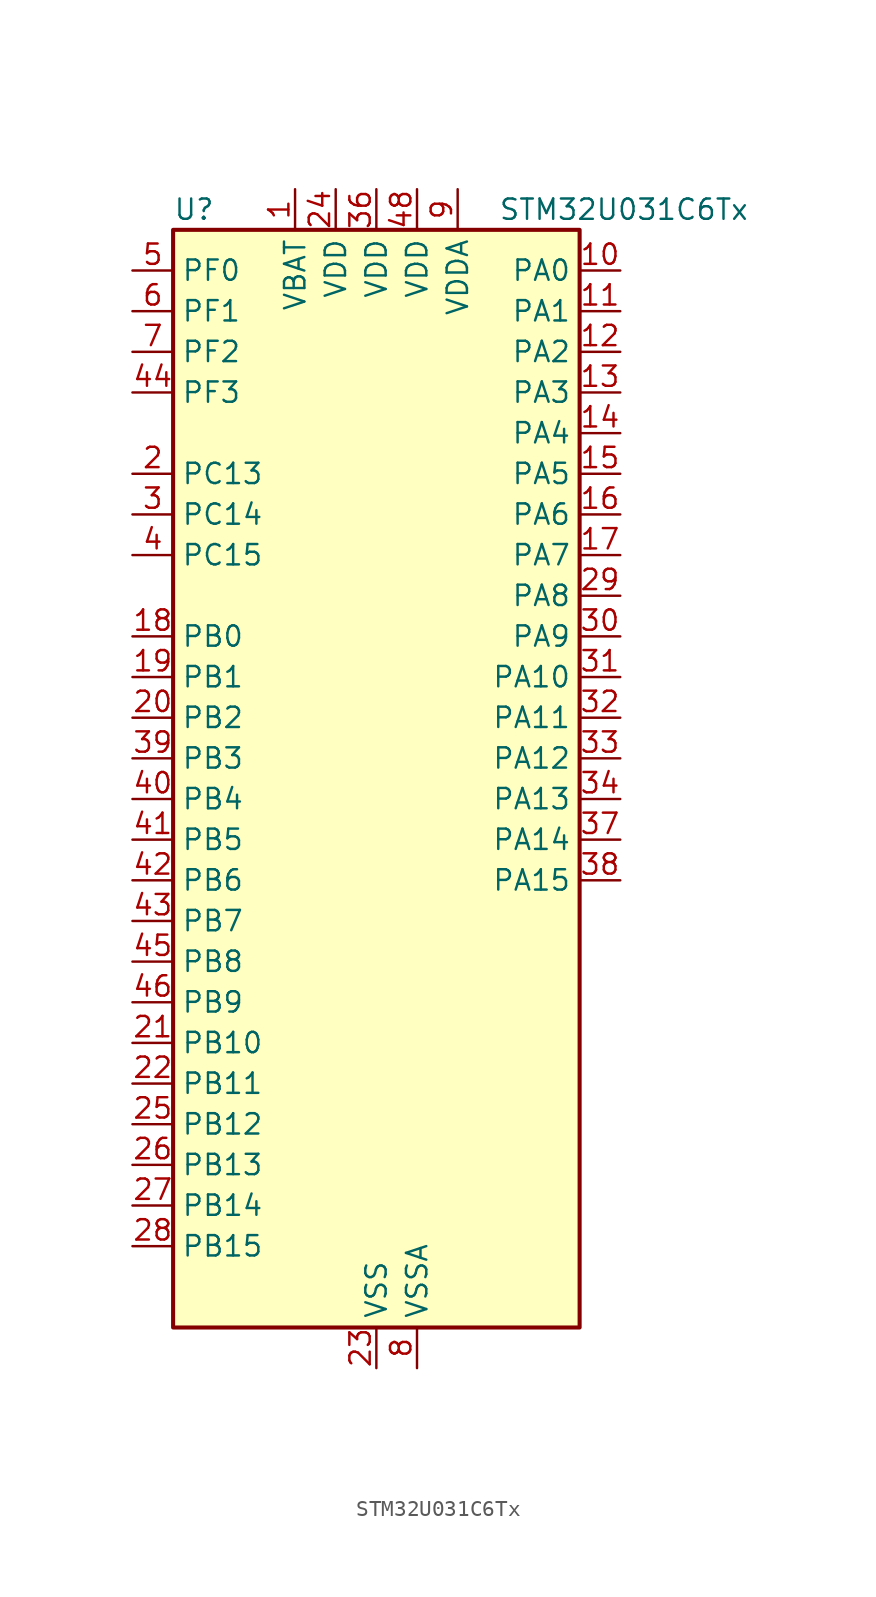
<source format=kicad_sym>
(kicad_symbol_lib
  (version 20231120)
  (generator "kicad_symbol_editor")
  (generator_version "8.99")
  (symbol "STM32U031C6Tx"
    (property "Reference" "U"
      (at -12.7 36.83 0)
      (effects (font (size 1.27 1.27)) (justify left)))
    (property "Value" "STM32U031C6Tx"
      (at 7.62 36.83 0)
      (effects (font (size 1.27 1.27)) (justify left)))
    (property "ki_locked" ""
      (at 0 0 0)
      (effects (font (size 1.27 1.27))))
    (symbol "STM32U031C6Tx_0_1"
      (rectangle (start -12.7 -33.02) (end 12.7 35.56) (stroke (width 0.254) (type default)) (fill (type background))))
    (symbol "STM32U031C6Tx_1_1"
      (pin power_in line (at -5.08 38.1 270) (length 2.54) (name "VBAT" (effects (font (size 1.27 1.27)))) (number "1" (effects (font (size 1.27 1.27)))))
      (pin bidirectional line (at 15.24 33.02 180) (length 2.54) (name "PA0" (effects (font (size 1.27 1.27)))) (number "10" (effects (font (size 1.27 1.27)))) (alternate "ADC1_IN4" bidirectional line) (alternate "COMP1_INM" bidirectional line) (alternate "COMP1_OUT" bidirectional line) (alternate "OPAMP1_VINP" bidirectional line) (alternate "PWR_WKUP1" bidirectional line) (alternate "TAMP_IN2" bidirectional line) (alternate "TIM2_CH1" bidirectional line) (alternate "TIM2_ETR" bidirectional line) (alternate "USART2_CTS" bidirectional line) (alternate "USART4_TX" bidirectional line))
      (pin bidirectional line (at 15.24 30.48 180) (length 2.54) (name "PA1" (effects (font (size 1.27 1.27)))) (number "11" (effects (font (size 1.27 1.27)))) (alternate "ADC1_IN5" bidirectional line) (alternate "COMP1_INP" bidirectional line) (alternate "LPTIM1_CH2" bidirectional line) (alternate "OPAMP1_VINM" bidirectional line) (alternate "PWR_WKUP3" bidirectional line) (alternate "SPI1_SCK" bidirectional line) (alternate "SPI2_SCK" bidirectional line) (alternate "TAMP_IN5" bidirectional line) (alternate "TIM15_CH1N" bidirectional line) (alternate "TIM2_CH2" bidirectional line) (alternate "USART2_DE" bidirectional line) (alternate "USART2_RTS" bidirectional line) (alternate "USART4_RX" bidirectional line))
      (pin bidirectional line (at 15.24 27.94 180) (length 2.54) (name "PA2" (effects (font (size 1.27 1.27)))) (number "12" (effects (font (size 1.27 1.27)))) (alternate "ADC1_IN6" bidirectional line) (alternate "LPUART1_TX" bidirectional line) (alternate "PWR_WKUP4" bidirectional line) (alternate "RCC_LSCO" bidirectional line) (alternate "TIM15_CH1" bidirectional line) (alternate "TIM2_CH3" bidirectional line) (alternate "USART2_TX" bidirectional line))
      (pin bidirectional line (at 15.24 25.4 180) (length 2.54) (name "PA3" (effects (font (size 1.27 1.27)))) (number "13" (effects (font (size 1.27 1.27)))) (alternate "ADC1_IN7" bidirectional line) (alternate "LPUART1_RX" bidirectional line) (alternate "OPAMP1_VOUT" bidirectional line) (alternate "TIM15_CH2" bidirectional line) (alternate "TIM2_CH4" bidirectional line) (alternate "USART2_RX" bidirectional line))
      (pin bidirectional line (at 15.24 22.86 180) (length 2.54) (name "PA4" (effects (font (size 1.27 1.27)))) (number "14" (effects (font (size 1.27 1.27)))) (alternate "ADC1_IN8" bidirectional line) (alternate "COMP1_INM" bidirectional line) (alternate "DAC1_OUT1" bidirectional line) (alternate "LPTIM2_CH1" bidirectional line) (alternate "SPI1_NSS" bidirectional line) (alternate "USART2_CK" bidirectional line))
      (pin bidirectional line (at 15.24 20.32 180) (length 2.54) (name "PA5" (effects (font (size 1.27 1.27)))) (number "15" (effects (font (size 1.27 1.27)))) (alternate "ADC1_IN9" bidirectional line) (alternate "COMP1_INM" bidirectional line) (alternate "LPTIM2_ETR" bidirectional line) (alternate "SPI1_SCK" bidirectional line) (alternate "TIM2_CH1" bidirectional line) (alternate "TIM2_ETR" bidirectional line) (alternate "USART3_TX" bidirectional line))
      (pin bidirectional line (at 15.24 17.78 180) (length 2.54) (name "PA6" (effects (font (size 1.27 1.27)))) (number "16" (effects (font (size 1.27 1.27)))) (alternate "ADC1_IN10" bidirectional line) (alternate "COMP1_OUT" bidirectional line) (alternate "I2C2_SDA" bidirectional line) (alternate "I2C3_SDA" bidirectional line) (alternate "LPUART1_CTS" bidirectional line) (alternate "SPI1_MISO" bidirectional line) (alternate "TIM16_CH1" bidirectional line) (alternate "TIM1_BKIN" bidirectional line) (alternate "TIM3_CH1" bidirectional line) (alternate "TSC_G5_IO1" bidirectional line) (alternate "USART3_CTS" bidirectional line))
      (pin bidirectional line (at 15.24 15.24 180) (length 2.54) (name "PA7" (effects (font (size 1.27 1.27)))) (number "17" (effects (font (size 1.27 1.27)))) (alternate "ADC1_IN14" bidirectional line) (alternate "I2C2_SCL" bidirectional line) (alternate "I2C3_SCL" bidirectional line) (alternate "LPTIM2_CH2" bidirectional line) (alternate "SPI1_MOSI" bidirectional line) (alternate "TIM1_CH1N" bidirectional line) (alternate "TIM3_CH2" bidirectional line) (alternate "USART3_RX" bidirectional line))
      (pin bidirectional line (at -15.24 10.16 0) (length 2.54) (name "PB0" (effects (font (size 1.27 1.27)))) (number "18" (effects (font (size 1.27 1.27)))) (alternate "ADC1_IN17" bidirectional line) (alternate "COMP1_OUT" bidirectional line) (alternate "LPUART2_CTS" bidirectional line) (alternate "SPI1_NSS" bidirectional line) (alternate "TIM1_CH2N" bidirectional line) (alternate "TIM3_CH3" bidirectional line) (alternate "TSC_G5_IO2" bidirectional line) (alternate "USART3_CK" bidirectional line))
      (pin bidirectional line (at -15.24 7.62 0) (length 2.54) (name "PB1" (effects (font (size 1.27 1.27)))) (number "19" (effects (font (size 1.27 1.27)))) (alternate "ADC1_IN18" bidirectional line) (alternate "COMP1_INM" bidirectional line) (alternate "LPTIM2_IN1" bidirectional line) (alternate "LPUART1_DE" bidirectional line) (alternate "LPUART1_RTS" bidirectional line) (alternate "LPUART2_DE" bidirectional line) (alternate "LPUART2_RTS" bidirectional line) (alternate "TIM1_CH3N" bidirectional line) (alternate "TIM3_CH4" bidirectional line) (alternate "TSC_SYNC" bidirectional line) (alternate "USART3_DE" bidirectional line) (alternate "USART3_RTS" bidirectional line))
      (pin bidirectional line (at -15.24 20.32 0) (length 2.54) (name "PC13" (effects (font (size 1.27 1.27)))) (number "2" (effects (font (size 1.27 1.27)))) (alternate "LPTIM1_CH3" bidirectional line) (alternate "PWR_WKUP2" bidirectional line) (alternate "RTC_OUT1" bidirectional line) (alternate "RTC_TS" bidirectional line) (alternate "TAMP_IN1" bidirectional line))
      (pin bidirectional line (at -15.24 5.08 0) (length 2.54) (name "PB2" (effects (font (size 1.27 1.27)))) (number "20" (effects (font (size 1.27 1.27)))) (alternate "COMP1_INP" bidirectional line) (alternate "LPTIM1_CH1" bidirectional line) (alternate "RTC_OUT2" bidirectional line))
      (pin bidirectional line (at -15.24 -15.24 0) (length 2.54) (name "PB10" (effects (font (size 1.27 1.27)))) (number "21" (effects (font (size 1.27 1.27)))) (alternate "COMP1_OUT" bidirectional line) (alternate "I2C2_SCL" bidirectional line) (alternate "LPUART1_RX" bidirectional line) (alternate "LPUART2_RX" bidirectional line) (alternate "SPI2_SCK" bidirectional line) (alternate "TIM2_CH3" bidirectional line) (alternate "TSC_G5_IO3" bidirectional line) (alternate "USART3_TX" bidirectional line))
      (pin bidirectional line (at -15.24 -17.78 0) (length 2.54) (name "PB11" (effects (font (size 1.27 1.27)))) (number "22" (effects (font (size 1.27 1.27)))) (alternate "ADC1_EXTI11" bidirectional line) (alternate "I2C2_SDA" bidirectional line) (alternate "LPUART1_TX" bidirectional line) (alternate "LPUART2_TX" bidirectional line) (alternate "TIM2_CH4" bidirectional line) (alternate "TSC_G5_IO4" bidirectional line) (alternate "USART3_RX" bidirectional line))
      (pin power_in line (at 0 -35.56 90) (length 2.54) (name "VSS" (effects (font (size 1.27 1.27)))) (number "23" (effects (font (size 1.27 1.27)))))
      (pin power_in line (at -2.54 38.1 270) (length 2.54) (name "VDD" (effects (font (size 1.27 1.27)))) (number "24" (effects (font (size 1.27 1.27)))))
      (pin bidirectional line (at -15.24 -20.32 0) (length 2.54) (name "PB12" (effects (font (size 1.27 1.27)))) (number "25" (effects (font (size 1.27 1.27)))) (alternate "LPUART1_DE" bidirectional line) (alternate "LPUART1_RTS" bidirectional line) (alternate "SPI2_NSS" bidirectional line) (alternate "TIM15_BKIN" bidirectional line) (alternate "TIM1_BKIN" bidirectional line) (alternate "TSC_G1_IO1" bidirectional line) (alternate "USART3_CK" bidirectional line))
      (pin bidirectional line (at -15.24 -22.86 0) (length 2.54) (name "PB13" (effects (font (size 1.27 1.27)))) (number "26" (effects (font (size 1.27 1.27)))) (alternate "I2C2_SCL" bidirectional line) (alternate "LPUART1_CTS" bidirectional line) (alternate "SPI2_SCK" bidirectional line) (alternate "TIM15_CH1N" bidirectional line) (alternate "TIM1_CH1N" bidirectional line) (alternate "TSC_G1_IO2" bidirectional line) (alternate "USART3_CTS" bidirectional line))
      (pin bidirectional line (at -15.24 -25.4 0) (length 2.54) (name "PB14" (effects (font (size 1.27 1.27)))) (number "27" (effects (font (size 1.27 1.27)))) (alternate "I2C2_SDA" bidirectional line) (alternate "SPI2_MISO" bidirectional line) (alternate "TIM15_CH1" bidirectional line) (alternate "TIM1_CH2N" bidirectional line) (alternate "TSC_G1_IO3" bidirectional line) (alternate "USART3_DE" bidirectional line) (alternate "USART3_RTS" bidirectional line))
      (pin bidirectional line (at -15.24 -27.94 0) (length 2.54) (name "PB15" (effects (font (size 1.27 1.27)))) (number "28" (effects (font (size 1.27 1.27)))) (alternate "PWR_WKUP7" bidirectional line) (alternate "RTC_REFIN" bidirectional line) (alternate "SPI2_MOSI" bidirectional line) (alternate "TAMP_IN3" bidirectional line) (alternate "TIM15_CH2" bidirectional line) (alternate "TIM1_CH3N" bidirectional line) (alternate "TSC_G1_IO4" bidirectional line))
      (pin bidirectional line (at 15.24 12.7 180) (length 2.54) (name "PA8" (effects (font (size 1.27 1.27)))) (number "29" (effects (font (size 1.27 1.27)))) (alternate "LPTIM2_CH1" bidirectional line) (alternate "RCC_MCO" bidirectional line) (alternate "RCC_MCO2" bidirectional line) (alternate "TIM1_CH1" bidirectional line) (alternate "TSC_G7_IO1" bidirectional line) (alternate "USART1_CK" bidirectional line))
      (pin bidirectional line (at -15.24 17.78 0) (length 2.54) (name "PC14" (effects (font (size 1.27 1.27)))) (number "3" (effects (font (size 1.27 1.27)))) (alternate "RCC_OSC32_IN" bidirectional line))
      (pin bidirectional line (at 15.24 10.16 180) (length 2.54) (name "PA9" (effects (font (size 1.27 1.27)))) (number "30" (effects (font (size 1.27 1.27)))) (alternate "COMP1_INP" bidirectional line) (alternate "DAC1_EXTI9" bidirectional line) (alternate "I2C1_SCL" bidirectional line) (alternate "I2C2_SCL" bidirectional line) (alternate "RCC_MCO" bidirectional line) (alternate "TIM15_BKIN" bidirectional line) (alternate "TIM1_CH2" bidirectional line) (alternate "TSC_G7_IO2" bidirectional line) (alternate "USART1_TX" bidirectional line))
      (pin bidirectional line (at 15.24 7.62 180) (length 2.54) (name "PA10" (effects (font (size 1.27 1.27)))) (number "31" (effects (font (size 1.27 1.27)))) (alternate "I2C1_SDA" bidirectional line) (alternate "I2C2_SDA" bidirectional line) (alternate "RCC_MCO2" bidirectional line) (alternate "SPI2_NSS" bidirectional line) (alternate "TIM1_CH3" bidirectional line) (alternate "TSC_G7_IO3" bidirectional line) (alternate "USART1_RX" bidirectional line))
      (pin bidirectional line (at 15.24 5.08 180) (length 2.54) (name "PA11" (effects (font (size 1.27 1.27)))) (number "32" (effects (font (size 1.27 1.27)))) (alternate "ADC1_EXTI11" bidirectional line) (alternate "COMP1_OUT" bidirectional line) (alternate "SPI1_MISO" bidirectional line) (alternate "SPI2_MISO" bidirectional line) (alternate "TIM1_BKIN2" bidirectional line) (alternate "TIM1_CH4" bidirectional line) (alternate "USART1_CTS" bidirectional line))
      (pin bidirectional line (at 15.24 2.54 180) (length 2.54) (name "PA12" (effects (font (size 1.27 1.27)))) (number "33" (effects (font (size 1.27 1.27)))) (alternate "SPI1_MOSI" bidirectional line) (alternate "SPI2_MOSI" bidirectional line) (alternate "TIM1_ETR" bidirectional line) (alternate "USART1_DE" bidirectional line) (alternate "USART1_RTS" bidirectional line))
      (pin bidirectional line (at 15.24 0 180) (length 2.54) (name "PA13" (effects (font (size 1.27 1.27)))) (number "34" (effects (font (size 1.27 1.27)))) (alternate "DEBUG_JTMS-SWDIO" bidirectional line) (alternate "IR_OUT" bidirectional line) (alternate "TSC_G7_IO4" bidirectional line))
      (pin passive line (at 0 -35.56 90) (length 2.54) hide (name "VSS" (effects (font (size 1.27 1.27)))) (number "35" (effects (font (size 1.27 1.27)))))
      (pin power_in line (at 0 38.1 270) (length 2.54) (name "VDD" (effects (font (size 1.27 1.27)))) (number "36" (effects (font (size 1.27 1.27)))))
      (pin bidirectional line (at 15.24 -2.54 180) (length 2.54) (name "PA14" (effects (font (size 1.27 1.27)))) (number "37" (effects (font (size 1.27 1.27)))) (alternate "DEBUG_JTCK-SWCLK" bidirectional line) (alternate "LPTIM1_CH1" bidirectional line) (alternate "TSC_G3_IO4" bidirectional line))
      (pin bidirectional line (at 15.24 -5.08 180) (length 2.54) (name "PA15" (effects (font (size 1.27 1.27)))) (number "38" (effects (font (size 1.27 1.27)))) (alternate "DEBUG_JTDI" bidirectional line) (alternate "SPI1_NSS" bidirectional line) (alternate "TIM2_CH1" bidirectional line) (alternate "TIM2_ETR" bidirectional line) (alternate "TSC_G3_IO1" bidirectional line) (alternate "USART2_RX" bidirectional line) (alternate "USART3_DE" bidirectional line) (alternate "USART3_RTS" bidirectional line) (alternate "USART4_DE" bidirectional line) (alternate "USART4_RTS" bidirectional line))
      (pin bidirectional line (at -15.24 2.54 0) (length 2.54) (name "PB3" (effects (font (size 1.27 1.27)))) (number "39" (effects (font (size 1.27 1.27)))) (alternate "DEBUG_JTDO-SWO" bidirectional line) (alternate "I2C2_SCL" bidirectional line) (alternate "I2C3_SCL" bidirectional line) (alternate "LPTIM1_CH3" bidirectional line) (alternate "SPI1_SCK" bidirectional line) (alternate "TIM2_CH2" bidirectional line) (alternate "USART1_DE" bidirectional line) (alternate "USART1_RTS" bidirectional line))
      (pin bidirectional line (at -15.24 15.24 0) (length 2.54) (name "PC15" (effects (font (size 1.27 1.27)))) (number "4" (effects (font (size 1.27 1.27)))) (alternate "RCC_OSC32_EN" bidirectional line) (alternate "RCC_OSC32_OUT" bidirectional line) (alternate "RCC_OSC_EN" bidirectional line))
      (pin bidirectional line (at -15.24 0 0) (length 2.54) (name "PB4" (effects (font (size 1.27 1.27)))) (number "40" (effects (font (size 1.27 1.27)))) (alternate "I2C2_SDA" bidirectional line) (alternate "I2C3_SDA" bidirectional line) (alternate "LPTIM1_CH4" bidirectional line) (alternate "SPI1_MISO" bidirectional line) (alternate "TIM3_CH1" bidirectional line) (alternate "TSC_G2_IO1" bidirectional line) (alternate "USART1_CTS" bidirectional line))
      (pin bidirectional line (at -15.24 -2.54 0) (length 2.54) (name "PB5" (effects (font (size 1.27 1.27)))) (number "41" (effects (font (size 1.27 1.27)))) (alternate "LPTIM1_IN1" bidirectional line) (alternate "SPI1_MOSI" bidirectional line) (alternate "TIM16_BKIN" bidirectional line) (alternate "TIM3_CH2" bidirectional line) (alternate "TSC_G2_IO2" bidirectional line) (alternate "USART1_CK" bidirectional line))
      (pin bidirectional line (at -15.24 -5.08 0) (length 2.54) (name "PB6" (effects (font (size 1.27 1.27)))) (number "42" (effects (font (size 1.27 1.27)))) (alternate "I2C1_SCL" bidirectional line) (alternate "I2C2_SCL" bidirectional line) (alternate "LPTIM1_ETR" bidirectional line) (alternate "LPUART2_TX" bidirectional line) (alternate "TIM16_CH1N" bidirectional line) (alternate "TSC_G2_IO3" bidirectional line) (alternate "USART1_TX" bidirectional line))
      (pin bidirectional line (at -15.24 -7.62 0) (length 2.54) (name "PB7" (effects (font (size 1.27 1.27)))) (number "43" (effects (font (size 1.27 1.27)))) (alternate "I2C1_SDA" bidirectional line) (alternate "I2C2_SDA" bidirectional line) (alternate "LPTIM1_IN2" bidirectional line) (alternate "LPUART2_RX" bidirectional line) (alternate "TSC_G2_IO4" bidirectional line) (alternate "USART1_RX" bidirectional line) (alternate "USART4_CTS" bidirectional line))
      (pin bidirectional line (at -15.24 25.4 0) (length 2.54) (name "PF3" (effects (font (size 1.27 1.27)))) (number "44" (effects (font (size 1.27 1.27)))))
      (pin bidirectional line (at -15.24 -10.16 0) (length 2.54) (name "PB8" (effects (font (size 1.27 1.27)))) (number "45" (effects (font (size 1.27 1.27)))) (alternate "I2C1_SCL" bidirectional line) (alternate "I2C2_SCL" bidirectional line) (alternate "LPTIM1_IN2" bidirectional line) (alternate "TIM16_CH1" bidirectional line) (alternate "USART3_TX" bidirectional line))
      (pin bidirectional line (at -15.24 -12.7 0) (length 2.54) (name "PB9" (effects (font (size 1.27 1.27)))) (number "46" (effects (font (size 1.27 1.27)))) (alternate "DAC1_EXTI9" bidirectional line) (alternate "I2C1_SDA" bidirectional line) (alternate "I2C2_SDA" bidirectional line) (alternate "IR_OUT" bidirectional line) (alternate "LPTIM1_CH4" bidirectional line) (alternate "SPI2_NSS" bidirectional line) (alternate "USART3_RX" bidirectional line))
      (pin passive line (at 0 -35.56 90) (length 2.54) hide (name "VSS" (effects (font (size 1.27 1.27)))) (number "47" (effects (font (size 1.27 1.27)))))
      (pin power_in line (at 2.54 38.1 270) (length 2.54) (name "VDD" (effects (font (size 1.27 1.27)))) (number "48" (effects (font (size 1.27 1.27)))))
      (pin bidirectional line (at -15.24 33.02 0) (length 2.54) (name "PF0" (effects (font (size 1.27 1.27)))) (number "5" (effects (font (size 1.27 1.27)))) (alternate "RCC_OSC_IN" bidirectional line))
      (pin bidirectional line (at -15.24 30.48 0) (length 2.54) (name "PF1" (effects (font (size 1.27 1.27)))) (number "6" (effects (font (size 1.27 1.27)))) (alternate "RCC_OSC_EN" bidirectional line) (alternate "RCC_OSC_OUT" bidirectional line))
      (pin bidirectional line (at -15.24 27.94 0) (length 2.54) (name "PF2" (effects (font (size 1.27 1.27)))) (number "7" (effects (font (size 1.27 1.27)))) (alternate "RCC_MCO" bidirectional line))
      (pin power_in line (at 2.54 -35.56 90) (length 2.54) (name "VSSA" (effects (font (size 1.27 1.27)))) (number "8" (effects (font (size 1.27 1.27)))))
      (pin power_in line (at 5.08 38.1 270) (length 2.54) (name "VDDA" (effects (font (size 1.27 1.27)))) (number "9" (effects (font (size 1.27 1.27))))))))
</source>
